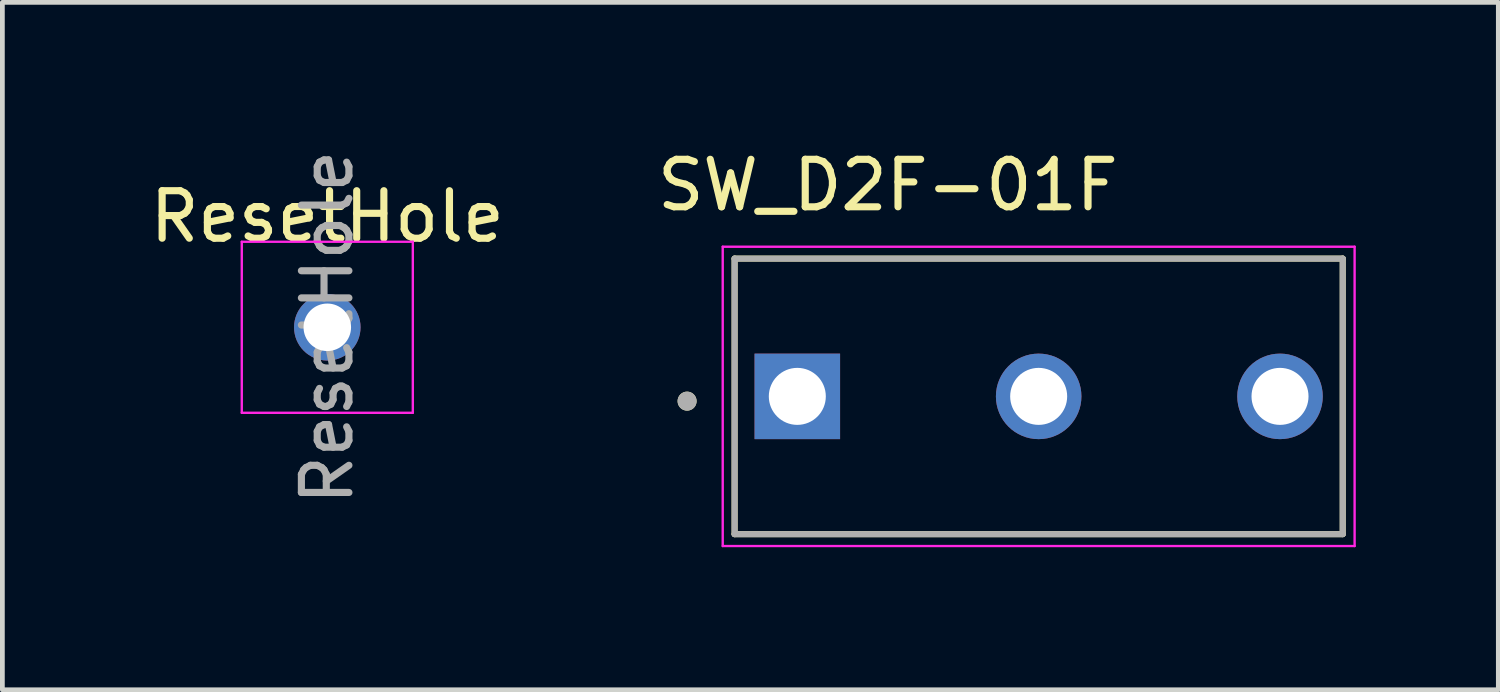
<source format=kicad_pcb>
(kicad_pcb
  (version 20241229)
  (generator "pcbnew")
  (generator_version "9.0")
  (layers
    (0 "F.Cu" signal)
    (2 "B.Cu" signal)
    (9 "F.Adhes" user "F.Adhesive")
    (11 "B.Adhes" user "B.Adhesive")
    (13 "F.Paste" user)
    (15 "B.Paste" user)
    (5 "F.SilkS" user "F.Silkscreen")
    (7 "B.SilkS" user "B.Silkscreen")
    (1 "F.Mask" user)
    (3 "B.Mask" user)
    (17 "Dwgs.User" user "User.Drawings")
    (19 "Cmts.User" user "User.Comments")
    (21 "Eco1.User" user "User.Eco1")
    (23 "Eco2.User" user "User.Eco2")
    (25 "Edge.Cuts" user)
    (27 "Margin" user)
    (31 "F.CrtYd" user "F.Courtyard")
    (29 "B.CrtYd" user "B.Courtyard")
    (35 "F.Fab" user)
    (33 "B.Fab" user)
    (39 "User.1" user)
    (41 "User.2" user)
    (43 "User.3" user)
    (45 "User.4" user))
  (footprint "ResetHole"
    (layer "F.Cu")
    (at 3.839 3.839)
    (property "Reference" "ResetHole" (at 0 -2.33 0) (layer "F.SilkS") (effects (font (size 1 1) (thickness 0.15))))
    (attr through_hole)
    (fp_line (start -1.8 -1.8) (end -1.8 1.8) (stroke (width 0.05) (type solid)) (layer "F.CrtYd"))
    (fp_line (start -1.8 1.8) (end 1.8 1.8) (stroke (width 0.05) (type solid)) (layer "F.CrtYd"))
    (fp_line (start 1.8 -1.8) (end -1.8 -1.8) (stroke (width 0.05) (type solid)) (layer "F.CrtYd"))
    (fp_line (start 1.8 1.8) (end 1.8 -1.8) (stroke (width 0.05) (type solid)) (layer "F.CrtYd"))
    (fp_text user "${REFERENCE}" (at 0 0 90) (layer "F.Fab") (effects (font (size 1 1) (thickness 0.15))))
    (pad "1" thru_hole circle (at 0 0) (size 1.4 1.4) (drill 1) (layers "*.Cu" "*.Mask")))
  (footprint "SW_D2F-01F"
    (layer "F.Cu")
    (at 18.812 5.293)
    (property "Reference" "SW_D2F-01F" (at -3.175 -4.445 0) (layer "F.SilkS") (effects (font (size 1 1) (thickness 0.15))))
    (attr through_hole)
    (fp_line (start -6.4 -2.9) (end 6.4 -2.9) (stroke (width 0.127) (type solid)) (layer "F.SilkS"))
    (fp_line (start -6.4 2.9) (end -6.4 -2.9) (stroke (width 0.127) (type solid)) (layer "F.SilkS"))
    (fp_line (start 6.4 -2.9) (end 6.4 2.9) (stroke (width 0.127) (type solid)) (layer "F.SilkS"))
    (fp_line (start 6.4 2.9) (end -6.4 2.9) (stroke (width 0.127) (type solid)) (layer "F.SilkS"))
    (fp_circle (center -7.4 0.1) (end -7.3 0.1) (stroke (width 0.2) (type solid)) (fill no) (layer "F.SilkS"))
    (fp_line (start -6.65 -3.15) (end 6.65 -3.15) (stroke (width 0.05) (type solid)) (layer "F.CrtYd"))
    (fp_line (start -6.65 3.15) (end -6.65 -3.15) (stroke (width 0.05) (type solid)) (layer "F.CrtYd"))
    (fp_line (start 6.65 -3.15) (end 6.65 3.15) (stroke (width 0.05) (type solid)) (layer "F.CrtYd"))
    (fp_line (start 6.65 3.15) (end -6.65 3.15) (stroke (width 0.05) (type solid)) (layer "F.CrtYd"))
    (fp_line (start -6.4 -2.9) (end 6.4 -2.9) (stroke (width 0.127) (type solid)) (layer "F.Fab"))
    (fp_line (start -6.4 2.9) (end -6.4 -2.9) (stroke (width 0.127) (type solid)) (layer "F.Fab"))
    (fp_line (start 6.4 -2.9) (end 6.4 2.9) (stroke (width 0.127) (type solid)) (layer "F.Fab"))
    (fp_line (start 6.4 2.9) (end -6.4 2.9) (stroke (width 0.127) (type solid)) (layer "F.Fab"))
    (fp_circle (center -7.4 0.1) (end -7.3 0.1) (stroke (width 0.2) (type solid)) (fill no) (layer "F.Fab"))
    (pad "1" thru_hole rect (at -5.08 0) (size 1.8 1.8) (drill 1.2) (layers "*.Cu" "*.Mask"))
    (pad "2" thru_hole circle (at 0 0) (size 1.8 1.8) (drill 1.2) (layers "*.Cu" "*.Mask"))
    (pad "3" thru_hole circle (at 5.08 0) (size 1.8 1.8) (drill 1.2) (layers "*.Cu" "*.Mask")))
  (gr_rect
    (start -3 -3)
    (end 28.487 11.468)
    (stroke (width 0.1) (type default))
    (fill no)
    (layer "Edge.Cuts")))
</source>
